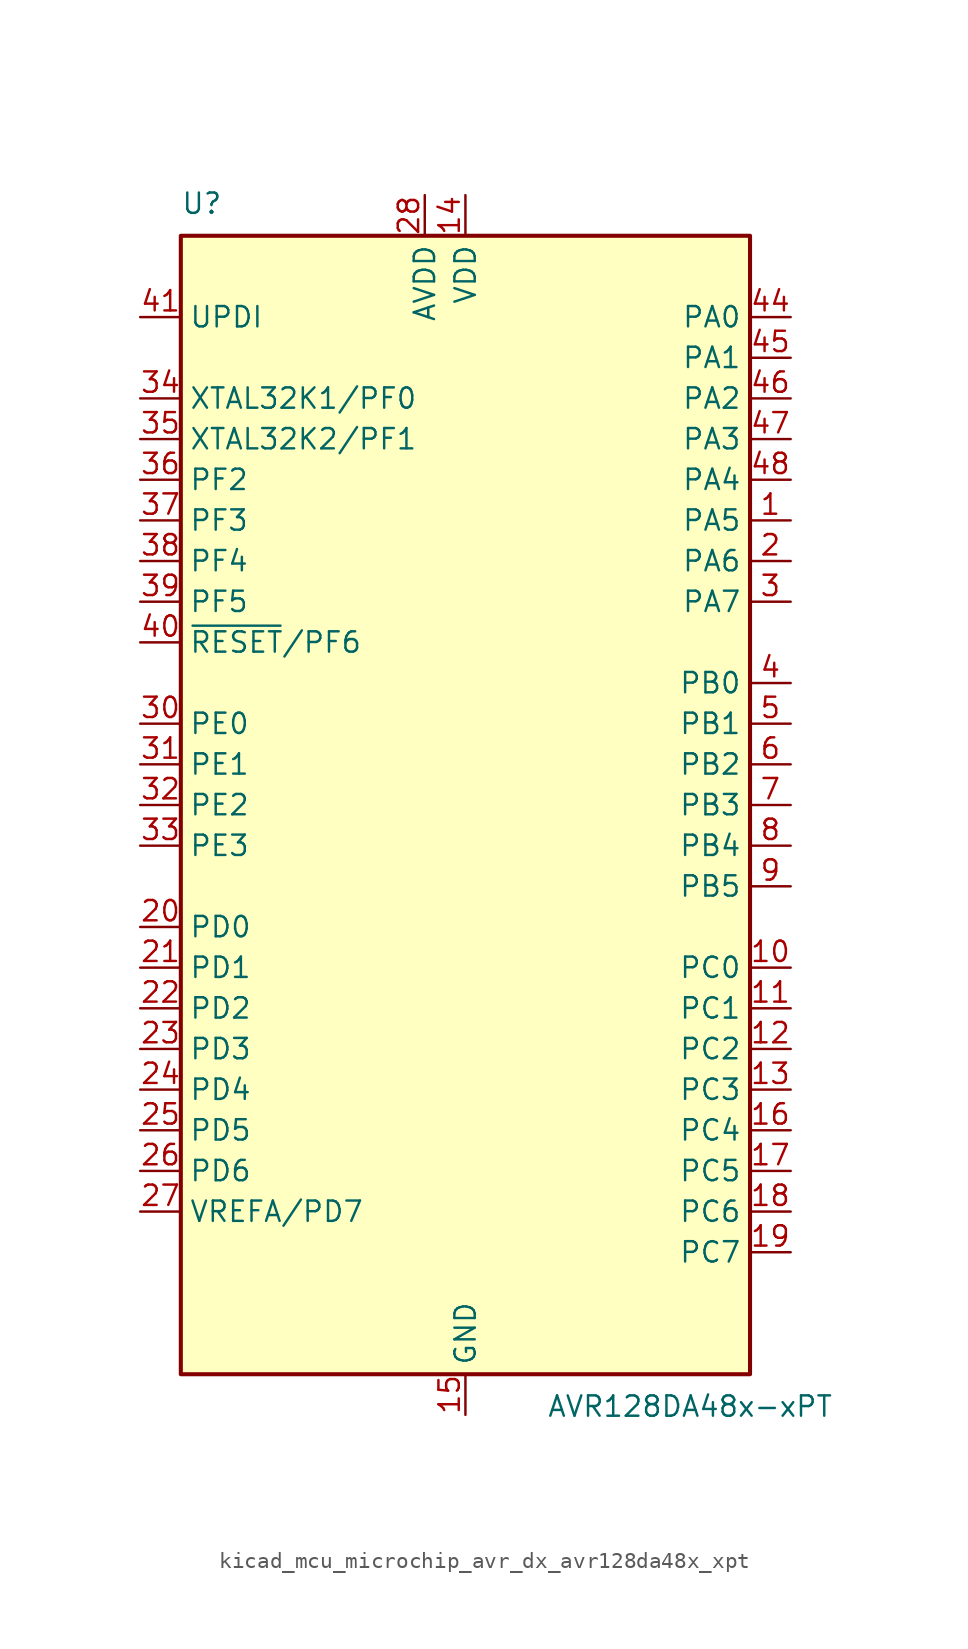
<source format=kicad_sym>
(kicad_symbol_lib
  (version 20220914)
  (generator kicad_symbol_editor)
  (symbol "kicad_mcu_microchip_avr_dx_avr128da48x_xpt"
    (property "Reference" "U"
      (at -17.78 36.83 0)
      (effects (font (size 1.27 1.27)) (justify left bottom)))
    (property "Value" "AVR128DA48x-xPT"
      (at 5.08 -36.83 0)
      (effects (font (size 1.27 1.27)) (justify left top)))
    (symbol "kicad_mcu_microchip_avr_dx_avr128da48x_xpt_0_1"
      (rectangle (start -17.78 35.56) (end 17.78 -35.56) (stroke (width 0.254) (type default)) (fill (type background))))
    (symbol "kicad_mcu_microchip_avr_dx_avr128da48x_xpt_1_1"
      (pin bidirectional line (at 20.32 17.78 180) (length 2.54) (name "PA5" (effects (font (size 1.27 1.27)))) (number "1" (effects (font (size 1.27 1.27)))))
      (pin bidirectional line (at 20.32 -10.16 180) (length 2.54) (name "PC0" (effects (font (size 1.27 1.27)))) (number "10" (effects (font (size 1.27 1.27)))))
      (pin bidirectional line (at 20.32 -12.7 180) (length 2.54) (name "PC1" (effects (font (size 1.27 1.27)))) (number "11" (effects (font (size 1.27 1.27)))))
      (pin bidirectional line (at 20.32 -15.24 180) (length 2.54) (name "PC2" (effects (font (size 1.27 1.27)))) (number "12" (effects (font (size 1.27 1.27)))))
      (pin bidirectional line (at 20.32 -17.78 180) (length 2.54) (name "PC3" (effects (font (size 1.27 1.27)))) (number "13" (effects (font (size 1.27 1.27)))))
      (pin power_in line (at 0 38.1 270) (length 2.54) (name "VDD" (effects (font (size 1.27 1.27)))) (number "14" (effects (font (size 1.27 1.27)))))
      (pin power_in line (at 0 -38.1 90) (length 2.54) (name "GND" (effects (font (size 1.27 1.27)))) (number "15" (effects (font (size 1.27 1.27)))))
      (pin bidirectional line (at 20.32 -20.32 180) (length 2.54) (name "PC4" (effects (font (size 1.27 1.27)))) (number "16" (effects (font (size 1.27 1.27)))))
      (pin bidirectional line (at 20.32 -22.86 180) (length 2.54) (name "PC5" (effects (font (size 1.27 1.27)))) (number "17" (effects (font (size 1.27 1.27)))))
      (pin bidirectional line (at 20.32 -25.4 180) (length 2.54) (name "PC6" (effects (font (size 1.27 1.27)))) (number "18" (effects (font (size 1.27 1.27)))))
      (pin bidirectional line (at 20.32 -27.94 180) (length 2.54) (name "PC7" (effects (font (size 1.27 1.27)))) (number "19" (effects (font (size 1.27 1.27)))))
      (pin bidirectional line (at 20.32 15.24 180) (length 2.54) (name "PA6" (effects (font (size 1.27 1.27)))) (number "2" (effects (font (size 1.27 1.27)))))
      (pin bidirectional line (at -20.32 -7.62 0) (length 2.54) (name "PD0" (effects (font (size 1.27 1.27)))) (number "20" (effects (font (size 1.27 1.27)))))
      (pin bidirectional line (at -20.32 -10.16 0) (length 2.54) (name "PD1" (effects (font (size 1.27 1.27)))) (number "21" (effects (font (size 1.27 1.27)))))
      (pin bidirectional line (at -20.32 -12.7 0) (length 2.54) (name "PD2" (effects (font (size 1.27 1.27)))) (number "22" (effects (font (size 1.27 1.27)))))
      (pin bidirectional line (at -20.32 -15.24 0) (length 2.54) (name "PD3" (effects (font (size 1.27 1.27)))) (number "23" (effects (font (size 1.27 1.27)))))
      (pin bidirectional line (at -20.32 -17.78 0) (length 2.54) (name "PD4" (effects (font (size 1.27 1.27)))) (number "24" (effects (font (size 1.27 1.27)))))
      (pin bidirectional line (at -20.32 -20.32 0) (length 2.54) (name "PD5" (effects (font (size 1.27 1.27)))) (number "25" (effects (font (size 1.27 1.27)))))
      (pin bidirectional line (at -20.32 -22.86 0) (length 2.54) (name "PD6" (effects (font (size 1.27 1.27)))) (number "26" (effects (font (size 1.27 1.27)))))
      (pin bidirectional line (at -20.32 -25.4 0) (length 2.54) (name "VREFA/PD7" (effects (font (size 1.27 1.27)))) (number "27" (effects (font (size 1.27 1.27)))))
      (pin power_in line (at -2.54 38.1 270) (length 2.54) (name "AVDD" (effects (font (size 1.27 1.27)))) (number "28" (effects (font (size 1.27 1.27)))))
      (pin passive line (at 0 -38.1 90) (length 2.54) hide (name "GND" (effects (font (size 1.27 1.27)))) (number "29" (effects (font (size 1.27 1.27)))))
      (pin bidirectional line (at 20.32 12.7 180) (length 2.54) (name "PA7" (effects (font (size 1.27 1.27)))) (number "3" (effects (font (size 1.27 1.27)))))
      (pin bidirectional line (at -20.32 5.08 0) (length 2.54) (name "PE0" (effects (font (size 1.27 1.27)))) (number "30" (effects (font (size 1.27 1.27)))))
      (pin bidirectional line (at -20.32 2.54 0) (length 2.54) (name "PE1" (effects (font (size 1.27 1.27)))) (number "31" (effects (font (size 1.27 1.27)))))
      (pin bidirectional line (at -20.32 0 0) (length 2.54) (name "PE2" (effects (font (size 1.27 1.27)))) (number "32" (effects (font (size 1.27 1.27)))))
      (pin bidirectional line (at -20.32 -2.54 0) (length 2.54) (name "PE3" (effects (font (size 1.27 1.27)))) (number "33" (effects (font (size 1.27 1.27)))))
      (pin bidirectional line (at -20.32 25.4 0) (length 2.54) (name "XTAL32K1/PF0" (effects (font (size 1.27 1.27)))) (number "34" (effects (font (size 1.27 1.27)))))
      (pin bidirectional line (at -20.32 22.86 0) (length 2.54) (name "XTAL32K2/PF1" (effects (font (size 1.27 1.27)))) (number "35" (effects (font (size 1.27 1.27)))))
      (pin bidirectional line (at -20.32 20.32 0) (length 2.54) (name "PF2" (effects (font (size 1.27 1.27)))) (number "36" (effects (font (size 1.27 1.27)))))
      (pin bidirectional line (at -20.32 17.78 0) (length 2.54) (name "PF3" (effects (font (size 1.27 1.27)))) (number "37" (effects (font (size 1.27 1.27)))))
      (pin bidirectional line (at -20.32 15.24 0) (length 2.54) (name "PF4" (effects (font (size 1.27 1.27)))) (number "38" (effects (font (size 1.27 1.27)))))
      (pin bidirectional line (at -20.32 12.7 0) (length 2.54) (name "PF5" (effects (font (size 1.27 1.27)))) (number "39" (effects (font (size 1.27 1.27)))))
      (pin bidirectional line (at 20.32 7.62 180) (length 2.54) (name "PB0" (effects (font (size 1.27 1.27)))) (number "4" (effects (font (size 1.27 1.27)))))
      (pin bidirectional line (at -20.32 10.16 0) (length 2.54) (name "~{RESET}/PF6" (effects (font (size 1.27 1.27)))) (number "40" (effects (font (size 1.27 1.27)))))
      (pin input line (at -20.32 30.48 0) (length 2.54) (name "UPDI" (effects (font (size 1.27 1.27)))) (number "41" (effects (font (size 1.27 1.27)))))
      (pin passive line (at 0 38.1 270) (length 2.54) hide (name "VDD" (effects (font (size 1.27 1.27)))) (number "42" (effects (font (size 1.27 1.27)))))
      (pin passive line (at 0 -38.1 90) (length 2.54) hide (name "GND" (effects (font (size 1.27 1.27)))) (number "43" (effects (font (size 1.27 1.27)))))
      (pin bidirectional line (at 20.32 30.48 180) (length 2.54) (name "PA0" (effects (font (size 1.27 1.27)))) (number "44" (effects (font (size 1.27 1.27)))))
      (pin bidirectional line (at 20.32 27.94 180) (length 2.54) (name "PA1" (effects (font (size 1.27 1.27)))) (number "45" (effects (font (size 1.27 1.27)))))
      (pin bidirectional line (at 20.32 25.4 180) (length 2.54) (name "PA2" (effects (font (size 1.27 1.27)))) (number "46" (effects (font (size 1.27 1.27)))))
      (pin bidirectional line (at 20.32 22.86 180) (length 2.54) (name "PA3" (effects (font (size 1.27 1.27)))) (number "47" (effects (font (size 1.27 1.27)))))
      (pin bidirectional line (at 20.32 20.32 180) (length 2.54) (name "PA4" (effects (font (size 1.27 1.27)))) (number "48" (effects (font (size 1.27 1.27)))))
      (pin bidirectional line (at 20.32 5.08 180) (length 2.54) (name "PB1" (effects (font (size 1.27 1.27)))) (number "5" (effects (font (size 1.27 1.27)))))
      (pin bidirectional line (at 20.32 2.54 180) (length 2.54) (name "PB2" (effects (font (size 1.27 1.27)))) (number "6" (effects (font (size 1.27 1.27)))))
      (pin bidirectional line (at 20.32 0 180) (length 2.54) (name "PB3" (effects (font (size 1.27 1.27)))) (number "7" (effects (font (size 1.27 1.27)))))
      (pin bidirectional line (at 20.32 -2.54 180) (length 2.54) (name "PB4" (effects (font (size 1.27 1.27)))) (number "8" (effects (font (size 1.27 1.27)))))
      (pin bidirectional line (at 20.32 -5.08 180) (length 2.54) (name "PB5" (effects (font (size 1.27 1.27)))) (number "9" (effects (font (size 1.27 1.27))))))))
</source>
